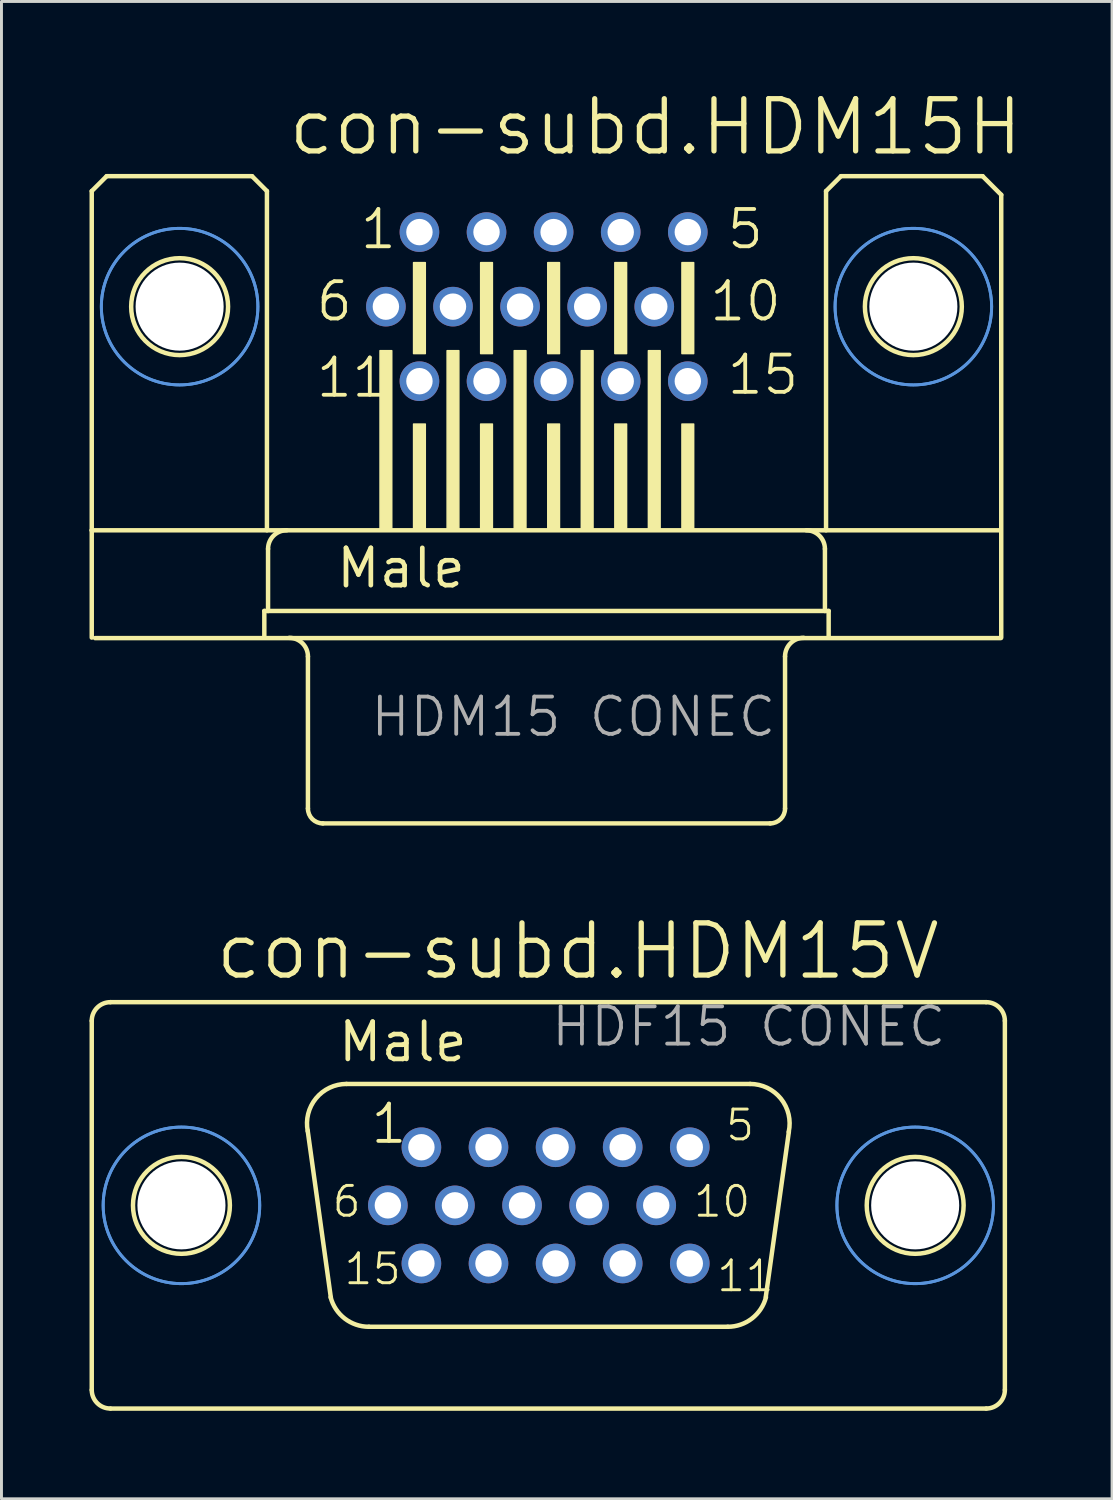
<source format=kicad_pcb>
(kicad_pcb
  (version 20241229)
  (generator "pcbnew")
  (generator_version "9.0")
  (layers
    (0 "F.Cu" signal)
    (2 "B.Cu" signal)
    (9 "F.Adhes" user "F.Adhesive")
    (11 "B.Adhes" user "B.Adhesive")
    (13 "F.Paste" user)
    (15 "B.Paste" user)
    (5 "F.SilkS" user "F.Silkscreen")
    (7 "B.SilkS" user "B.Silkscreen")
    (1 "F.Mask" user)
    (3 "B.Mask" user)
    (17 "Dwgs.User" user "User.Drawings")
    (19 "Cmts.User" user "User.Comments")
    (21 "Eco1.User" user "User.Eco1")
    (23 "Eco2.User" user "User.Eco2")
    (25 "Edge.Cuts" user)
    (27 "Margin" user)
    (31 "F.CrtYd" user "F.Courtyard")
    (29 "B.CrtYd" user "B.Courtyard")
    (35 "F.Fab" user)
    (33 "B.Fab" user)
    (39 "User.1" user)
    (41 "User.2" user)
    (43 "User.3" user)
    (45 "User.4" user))
  (footprint "con-subd.HDM15H"
    (layer "F.Cu")
    (at 15.57 7.398)
    (property "Reference" "con-subd.HDM15H" (at -8.89 -5.08 0) (layer "F.SilkS") (effects (font (size 1.778 1.778) (thickness 0.18)) (justify left bottom)))
    (attr through_hole)
    (fp_line (start -15.494 -3.937) (end -15.494 7.62) (stroke (width 0.152) (type default)) (layer "F.SilkS"))
    (fp_line (start -15.494 11.276) (end -15.494 7.62) (stroke (width 0.152) (type default)) (layer "F.SilkS"))
    (fp_line (start -14.986 -4.445) (end -15.494 -3.937) (stroke (width 0.152) (type default)) (layer "F.SilkS"))
    (fp_line (start -10.033 -4.445) (end -14.986 -4.445) (stroke (width 0.152) (type default)) (layer "F.SilkS"))
    (fp_line (start -9.614 10.368) (end -9.614 11.276) (stroke (width 0.152) (type default)) (layer "F.SilkS"))
    (fp_line (start -9.525 -3.937) (end -10.033 -4.445) (stroke (width 0.152) (type default)) (layer "F.SilkS"))
    (fp_line (start -9.525 -3.937) (end -9.525 7.62) (stroke (width 0.152) (type default)) (layer "F.SilkS"))
    (fp_line (start -9.487 8.255) (end -9.487 10.368) (stroke (width 0.152) (type default)) (layer "F.SilkS"))
    (fp_line (start -9.487 10.368) (end -9.614 10.368) (stroke (width 0.152) (type default)) (layer "F.SilkS"))
    (fp_line (start -8.128 11.919) (end -8.128 17.099) (stroke (width 0.152) (type default)) (layer "F.SilkS"))
    (fp_line (start 7.62 17.607) (end -7.62 17.607) (stroke (width 0.152) (type default)) (layer "F.SilkS"))
    (fp_line (start 8.128 11.919) (end 8.128 17.099) (stroke (width 0.152) (type default)) (layer "F.SilkS"))
    (fp_line (start 9.487 8.255) (end 9.487 10.368) (stroke (width 0.152) (type default)) (layer "F.SilkS"))
    (fp_line (start 9.487 10.368) (end -9.487 10.368) (stroke (width 0.152) (type default)) (layer "F.SilkS"))
    (fp_line (start 9.525 -3.937) (end 9.525 7.62) (stroke (width 0.152) (type default)) (layer "F.SilkS"))
    (fp_line (start 9.614 10.368) (end 9.487 10.368) (stroke (width 0.152) (type default)) (layer "F.SilkS"))
    (fp_line (start 9.614 10.368) (end 9.614 11.276) (stroke (width 0.152) (type default)) (layer "F.SilkS"))
    (fp_line (start 10.033 -4.445) (end 9.525 -3.937) (stroke (width 0.152) (type default)) (layer "F.SilkS"))
    (fp_line (start 10.033 -4.445) (end 14.859 -4.445) (stroke (width 0.152) (type default)) (layer "F.SilkS"))
    (fp_line (start 14.859 -4.445) (end 15.494 -3.81) (stroke (width 0.152) (type default)) (layer "F.SilkS"))
    (fp_line (start 15.475 7.62) (end -15.494 7.62) (stroke (width 0.152) (type default)) (layer "F.SilkS"))
    (fp_line (start 15.476 11.294) (end -15.38 11.294) (stroke (width 0.152) (type default)) (layer "F.SilkS"))
    (fp_line (start 15.494 -3.81) (end 15.494 11.276) (stroke (width 0.152) (type default)) (layer "F.SilkS"))
    (fp_rect (start -5.672 7.6) (end -5.272 1.5) (stroke (width 0.05) (type default)) (fill yes) (layer "F.SilkS"))
    (fp_rect (start -4.529 1.6) (end -4.129 -1.5) (stroke (width 0.05) (type default)) (fill yes) (layer "F.SilkS"))
    (fp_rect (start -4.529 7.6) (end -4.129 4) (stroke (width 0.05) (type default)) (fill yes) (layer "F.SilkS"))
    (fp_rect (start -3.386 7.6) (end -2.986 1.5) (stroke (width 0.05) (type default)) (fill yes) (layer "F.SilkS"))
    (fp_rect (start -2.243 1.6) (end -1.843 -1.5) (stroke (width 0.05) (type default)) (fill yes) (layer "F.SilkS"))
    (fp_rect (start -2.243 7.6) (end -1.843 4) (stroke (width 0.05) (type default)) (fill yes) (layer "F.SilkS"))
    (fp_rect (start -1.1 7.6) (end -0.7 1.5) (stroke (width 0.05) (type default)) (fill yes) (layer "F.SilkS"))
    (fp_rect (start 0.043 1.6) (end 0.443 -1.5) (stroke (width 0.05) (type default)) (fill yes) (layer "F.SilkS"))
    (fp_rect (start 0.043 7.6) (end 0.443 4) (stroke (width 0.05) (type default)) (fill yes) (layer "F.SilkS"))
    (fp_rect (start 1.186 7.6) (end 1.586 1.5) (stroke (width 0.05) (type default)) (fill yes) (layer "F.SilkS"))
    (fp_rect (start 2.329 1.6) (end 2.729 -1.5) (stroke (width 0.05) (type default)) (fill yes) (layer "F.SilkS"))
    (fp_rect (start 2.329 7.6) (end 2.729 4) (stroke (width 0.05) (type default)) (fill yes) (layer "F.SilkS"))
    (fp_rect (start 3.472 7.6) (end 3.872 1.5) (stroke (width 0.05) (type default)) (fill yes) (layer "F.SilkS"))
    (fp_rect (start 4.615 1.6) (end 5.015 -1.5) (stroke (width 0.05) (type default)) (fill yes) (layer "F.SilkS"))
    (fp_rect (start 4.615 7.6) (end 5.015 4) (stroke (width 0.05) (type default)) (fill yes) (layer "F.SilkS"))
    (fp_arc (start -9.487 8.255) (mid -9.301013 7.805987) (end -8.852 7.62) (stroke (width 0.1524) (type default)) (layer "F.SilkS"))
    (fp_arc (start -8.763 11.284) (mid -8.313987 11.469987) (end -8.128 11.919) (stroke (width 0.1524) (type default)) (layer "F.SilkS"))
    (fp_arc (start -7.62 17.607) (mid -7.97921 17.45821) (end -8.128 17.099) (stroke (width 0.1524) (type default)) (layer "F.SilkS"))
    (fp_arc (start 8.128 11.919) (mid 8.313987 11.469987) (end 8.763 11.284) (stroke (width 0.1524) (type default)) (layer "F.SilkS"))
    (fp_arc (start 8.128 17.099) (mid 7.97921 17.45821) (end 7.62 17.607) (stroke (width 0.1524) (type default)) (layer "F.SilkS"))
    (fp_arc (start 8.852 7.62) (mid 9.301013 7.805987) (end 9.487 8.255) (stroke (width 0.1524) (type default)) (layer "F.SilkS"))
    (fp_circle (center -12.5 0) (end -10.849 0) (stroke (width 0.152) (type default)) (fill no) (layer "F.SilkS"))
    (fp_circle (center 12.5 0) (end 14.151 0) (stroke (width 0.152) (type default)) (fill no) (layer "F.SilkS"))
    (fp_circle (center -12.5 0) (end -9.833 0) (stroke (width 0.1) (type default)) (fill no) (layer "Cmts.User"))
    (fp_circle (center -12.5 0) (end -9.833 0) (stroke (width 0.1) (type default)) (fill no) (layer "Cmts.User"))
    (fp_circle (center 12.5 0) (end 15.167 0) (stroke (width 0.1) (type default)) (fill no) (layer "Cmts.User"))
    (fp_circle (center 12.5 0) (end 15.167 0) (stroke (width 0.1) (type default)) (fill no) (layer "Cmts.User"))
    (fp_text user "Male" (at -7.239 9.652 0) (layer "F.SilkS") (effects (font (size 1.27 1.27) (thickness 0.16)) (justify left bottom)))
    (fp_text user "11" (at -7.92 3.165 0) (layer "F.SilkS") (effects (font (size 1.27 1.27) (thickness 0.13)) (justify left bottom)))
    (fp_text user "10" (at 5.485 0.565 0) (layer "F.SilkS") (effects (font (size 1.27 1.27) (thickness 0.13)) (justify left bottom)))
    (fp_text user "5" (at 6.085 -1.895 0) (layer "F.SilkS") (effects (font (size 1.27 1.27) (thickness 0.13)) (justify left bottom)))
    (fp_text user "1" (at -6.42 -1.895 0) (layer "F.SilkS") (effects (font (size 1.27 1.27) (thickness 0.13)) (justify left bottom)))
    (fp_text user "6" (at -7.92 0.565 0) (layer "F.SilkS") (effects (font (size 1.27 1.27) (thickness 0.13)) (justify left bottom)))
    (fp_text user "15" (at 6.08 3.065 0) (layer "F.SilkS") (effects (font (size 1.27 1.27) (thickness 0.13)) (justify left bottom)))
    (fp_text user "HDM15 CONEC" (at -6.064 14.717 0) (layer "F.Fab") (effects (font (size 1.27 1.27) (thickness 0.13)) (justify left bottom)))
    (pad "" np_thru_hole circle (at -12.5 0) (size 3 3) (drill 3) (layers "*.Cu" "*.Mask"))
    (pad "" np_thru_hole circle (at 12.5 0) (size 3 3) (drill 3) (layers "*.Cu" "*.Mask"))
    (pad "1" thru_hole circle (at -4.329 -2.54) (size 1.35 1.35) (drill 0.9) (layers "*.Cu" "*.Mask"))
    (pad "2" thru_hole circle (at -2.043 -2.54) (size 1.35 1.35) (drill 0.9) (layers "*.Cu" "*.Mask"))
    (pad "3" thru_hole circle (at 0.243 -2.54) (size 1.35 1.35) (drill 0.9) (layers "*.Cu" "*.Mask"))
    (pad "4" thru_hole circle (at 2.529 -2.54) (size 1.35 1.35) (drill 0.9) (layers "*.Cu" "*.Mask"))
    (pad "5" thru_hole circle (at 4.815 -2.54) (size 1.35 1.35) (drill 0.9) (layers "*.Cu" "*.Mask"))
    (pad "6" thru_hole circle (at -5.472 0) (size 1.35 1.35) (drill 0.9) (layers "*.Cu" "*.Mask"))
    (pad "7" thru_hole circle (at -3.186 0) (size 1.35 1.35) (drill 0.9) (layers "*.Cu" "*.Mask"))
    (pad "8" thru_hole circle (at -0.9 0) (size 1.35 1.35) (drill 0.9) (layers "*.Cu" "*.Mask"))
    (pad "9" thru_hole circle (at 1.386 0) (size 1.35 1.35) (drill 0.9) (layers "*.Cu" "*.Mask"))
    (pad "10" thru_hole circle (at 3.672 0) (size 1.35 1.35) (drill 0.9) (layers "*.Cu" "*.Mask"))
    (pad "11" thru_hole circle (at -4.329 2.54) (size 1.35 1.35) (drill 0.9) (layers "*.Cu" "*.Mask"))
    (pad "12" thru_hole circle (at -2.043 2.54) (size 1.35 1.35) (drill 0.9) (layers "*.Cu" "*.Mask"))
    (pad "13" thru_hole circle (at 0.243 2.54) (size 1.35 1.35) (drill 0.9) (layers "*.Cu" "*.Mask"))
    (pad "14" thru_hole circle (at 2.529 2.54) (size 1.35 1.35) (drill 0.9) (layers "*.Cu" "*.Mask"))
    (pad "15" thru_hole circle (at 4.815 2.54) (size 1.35 1.35) (drill 0.9) (layers "*.Cu" "*.Mask")))
  (footprint "con-subd.HDM15V"
    (layer "F.Cu")
    (at 15.632 38.019)
    (property "Reference" "con-subd.HDM15V" (at -11.43 -7.62 0) (layer "F.SilkS") (effects (font (size 1.778 1.778) (thickness 0.18)) (justify left bottom)))
    (attr through_hole)
    (fp_line (start -15.556 -6.288) (end -15.556 6.288) (stroke (width 0.152) (type default)) (layer "F.SilkS"))
    (fp_line (start -14.913 6.923) (end 14.921 6.923) (stroke (width 0.152) (type default)) (layer "F.SilkS"))
    (fp_line (start -7.409 3.146) (end -8.197 -2.537) (stroke (width 0.152) (type default)) (layer "F.SilkS"))
    (fp_line (start -6.876 -4.137) (end 6.876 -4.137) (stroke (width 0.152) (type default)) (layer "F.SilkS"))
    (fp_line (start -6.114 4.137) (end 6.114 4.137) (stroke (width 0.152) (type default)) (layer "F.SilkS"))
    (fp_line (start 8.197 -2.511) (end 7.409 3.121) (stroke (width 0.152) (type default)) (layer "F.SilkS"))
    (fp_line (start 14.913 -6.923) (end -14.921 -6.923) (stroke (width 0.152) (type default)) (layer "F.SilkS"))
    (fp_line (start 15.556 -6.288) (end 15.556 6.288) (stroke (width 0.152) (type default)) (layer "F.SilkS"))
    (fp_arc (start -15.556 -6.288) (mid -15.370013 -6.737013) (end -14.921 -6.923) (stroke (width 0.1524) (type default)) (layer "F.SilkS"))
    (fp_arc (start -14.921 6.923) (mid -15.370013 6.737013) (end -15.556 6.288) (stroke (width 0.1524) (type default)) (layer "F.SilkS"))
    (fp_arc (start -8.1961 -2.5268) (mid -7.917082 -3.644284) (end -6.876 -4.137) (stroke (width 0.1524) (type default)) (layer "F.SilkS"))
    (fp_arc (start -6.114 4.137) (mid -6.9375 3.855746) (end -7.4169 3.1295) (stroke (width 0.1524) (type default)) (layer "F.SilkS"))
    (fp_arc (start 6.876 -4.137) (mid 7.924556 -3.635184) (end 8.1915 -2.5038) (stroke (width 0.1524) (type default)) (layer "F.SilkS"))
    (fp_arc (start 7.4169 3.1295) (mid 6.9375 3.855746) (end 6.114 4.137) (stroke (width 0.1524) (type default)) (layer "F.SilkS"))
    (fp_arc (start 14.921 -6.923) (mid 15.370013 -6.737013) (end 15.556 -6.288) (stroke (width 0.1524) (type default)) (layer "F.SilkS"))
    (fp_arc (start 15.556 6.288) (mid 15.370013 6.737013) (end 14.921 6.923) (stroke (width 0.1524) (type default)) (layer "F.SilkS"))
    (fp_circle (center -12.5 0) (end -10.849 0) (stroke (width 0.152) (type default)) (fill no) (layer "F.SilkS"))
    (fp_circle (center 12.5 0) (end 14.151 0) (stroke (width 0.152) (type default)) (fill no) (layer "F.SilkS"))
    (fp_circle (center -12.5 0) (end -9.833 0) (stroke (width 0.1) (type default)) (fill no) (layer "Cmts.User"))
    (fp_circle (center -12.5 0) (end -9.833 0) (stroke (width 0.1) (type default)) (fill no) (layer "Cmts.User"))
    (fp_circle (center 12.5 0) (end 15.167 0) (stroke (width 0.1) (type default)) (fill no) (layer "Cmts.User"))
    (fp_circle (center 12.5 0) (end 15.167 0) (stroke (width 0.1) (type default)) (fill no) (layer "Cmts.User"))
    (fp_text user "5" (at 5.985 -2.135 0) (layer "F.SilkS") (effects (font (size 1.016 1.016) (thickness 0.1)) (justify left bottom)))
    (fp_text user "15" (at -7.02 2.765 0) (layer "F.SilkS") (effects (font (size 1.016 1.016) (thickness 0.1)) (justify left bottom)))
    (fp_text user "1" (at -6.12 -2.035 0) (layer "F.SilkS") (effects (font (size 1.27 1.27) (thickness 0.13)) (justify left bottom)))
    (fp_text user "10" (at 4.885 0.465 0) (layer "F.SilkS") (effects (font (size 1.016 1.016) (thickness 0.1)) (justify left bottom)))
    (fp_text user "Male" (at -7.239 -4.826 0) (layer "F.SilkS") (effects (font (size 1.27 1.27) (thickness 0.16)) (justify left bottom)))
    (fp_text user "6" (at -7.42 0.465 0) (layer "F.SilkS") (effects (font (size 1.016 1.016) (thickness 0.1)) (justify left bottom)))
    (fp_text user "11" (at 5.68 3.005 0) (layer "F.SilkS") (effects (font (size 1.016 1.016) (thickness 0.1)) (justify left bottom)))
    (fp_text user "HDF15 CONEC" (at 0.032 -5.349 0) (layer "F.Fab") (effects (font (size 1.27 1.27) (thickness 0.13)) (justify left bottom)))
    (pad "" np_thru_hole circle (at -12.5 0) (size 3 3) (drill 3) (layers "*.Cu" "*.Mask"))
    (pad "" np_thru_hole circle (at 12.5 0) (size 3 3) (drill 3) (layers "*.Cu" "*.Mask"))
    (pad "1" thru_hole circle (at -4.324 -1.98) (size 1.35 1.35) (drill 0.9) (layers "*.Cu" "*.Mask"))
    (pad "2" thru_hole circle (at -2.038 -1.98) (size 1.35 1.35) (drill 0.9) (layers "*.Cu" "*.Mask"))
    (pad "3" thru_hole circle (at 0.248 -1.98) (size 1.35 1.35) (drill 0.9) (layers "*.Cu" "*.Mask"))
    (pad "4" thru_hole circle (at 2.534 -1.98) (size 1.35 1.35) (drill 0.9) (layers "*.Cu" "*.Mask"))
    (pad "5" thru_hole circle (at 4.82 -1.98) (size 1.35 1.35) (drill 0.9) (layers "*.Cu" "*.Mask"))
    (pad "6" thru_hole circle (at -5.467 0) (size 1.35 1.35) (drill 0.9) (layers "*.Cu" "*.Mask"))
    (pad "7" thru_hole circle (at -3.181 0) (size 1.35 1.35) (drill 0.9) (layers "*.Cu" "*.Mask"))
    (pad "8" thru_hole circle (at -0.895 0) (size 1.35 1.35) (drill 0.9) (layers "*.Cu" "*.Mask"))
    (pad "9" thru_hole circle (at 1.391 0) (size 1.35 1.35) (drill 0.9) (layers "*.Cu" "*.Mask"))
    (pad "10" thru_hole circle (at 3.677 0) (size 1.35 1.35) (drill 0.9) (layers "*.Cu" "*.Mask"))
    (pad "11" thru_hole circle (at -4.324 1.98) (size 1.35 1.35) (drill 0.9) (layers "*.Cu" "*.Mask"))
    (pad "12" thru_hole circle (at -2.038 1.98) (size 1.35 1.35) (drill 0.9) (layers "*.Cu" "*.Mask"))
    (pad "13" thru_hole circle (at 0.248 1.98) (size 1.35 1.35) (drill 0.9) (layers "*.Cu" "*.Mask"))
    (pad "14" thru_hole circle (at 2.534 1.98) (size 1.35 1.35) (drill 0.9) (layers "*.Cu" "*.Mask"))
    (pad "15" thru_hole circle (at 4.82 1.98) (size 1.35 1.35) (drill 0.9) (layers "*.Cu" "*.Mask")))
  (gr_rect
    (start -3 -3)
    (end 34.841 48.018)
    (stroke (width 0.1) (type default))
    (fill no)
    (layer "Edge.Cuts")))
</source>
